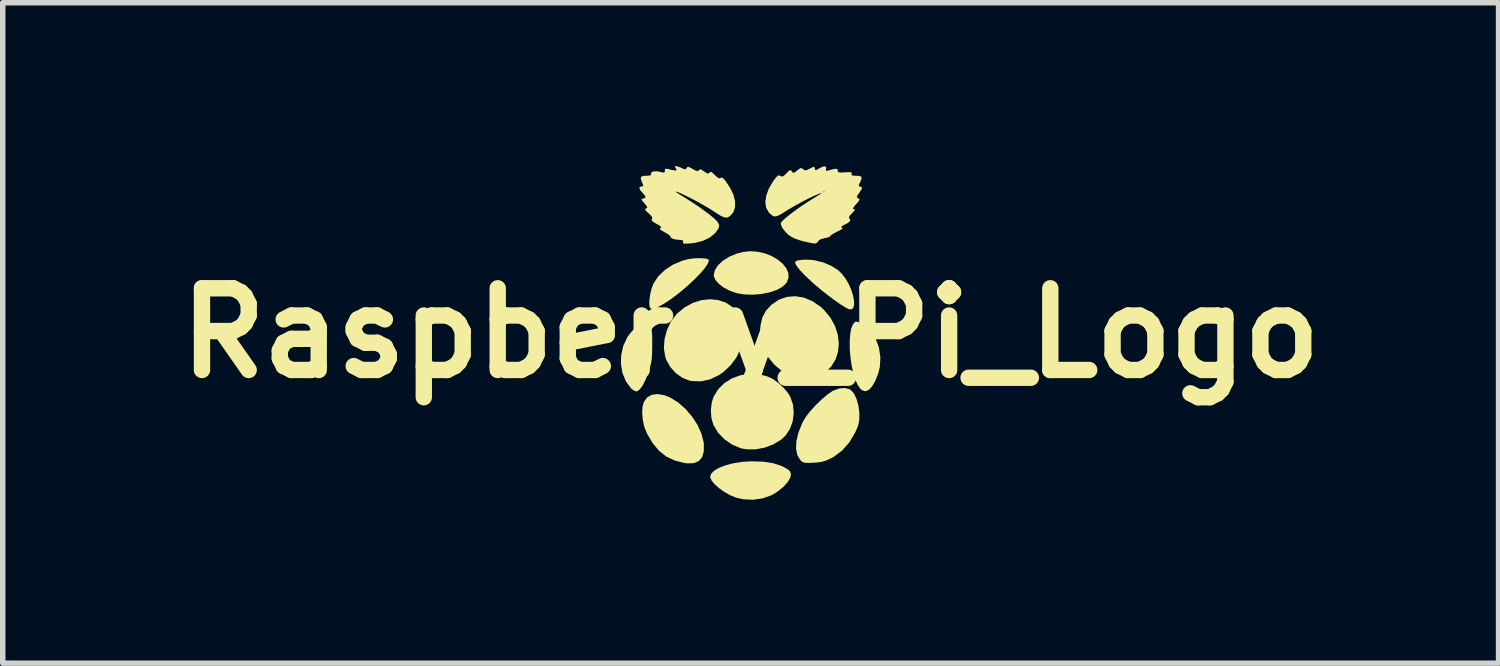
<source format=kicad_pcb>
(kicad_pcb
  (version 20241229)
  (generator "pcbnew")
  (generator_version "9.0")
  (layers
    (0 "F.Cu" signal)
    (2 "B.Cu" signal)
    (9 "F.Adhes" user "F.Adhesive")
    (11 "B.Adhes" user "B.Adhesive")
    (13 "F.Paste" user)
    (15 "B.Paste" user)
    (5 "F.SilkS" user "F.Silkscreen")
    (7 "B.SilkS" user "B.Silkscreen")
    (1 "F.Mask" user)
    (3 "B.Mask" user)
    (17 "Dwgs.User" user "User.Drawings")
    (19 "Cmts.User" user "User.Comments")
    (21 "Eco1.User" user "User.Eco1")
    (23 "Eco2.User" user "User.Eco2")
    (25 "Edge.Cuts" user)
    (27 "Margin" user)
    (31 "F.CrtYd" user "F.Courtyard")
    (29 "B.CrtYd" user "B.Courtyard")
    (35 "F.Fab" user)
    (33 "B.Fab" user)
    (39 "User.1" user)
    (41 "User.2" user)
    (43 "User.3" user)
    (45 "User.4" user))
  (footprint "Raspberry_Pi_Logo"
    (layer "F.Cu")
    (at 10.729 3.063)
    (property "Reference" "Raspberry_Pi_Logo" (at 0 0 0) (layer "F.SilkS") (effects (font (size 1.5 1.5) (thickness 0.3))))
    (attr board_only exclude_from_pos_files exclude_from_bom)
    (fp_poly (pts (xy 1.976 -0.204) (xy 2.042 -0.173) (xy 2.115 -0.121) (xy 2.185 -0.055) (xy 2.204 -0.034) (xy 2.295 0.106) (xy 2.355 0.268) (xy 2.381 0.442) (xy 2.372 0.618) (xy 2.341 0.743) (xy 2.286 0.882) (xy 2.227 0.983) (xy 2.165 1.046) (xy 2.104 1.069) (xy 2.043 1.05) (xy 2.014 1.024) (xy 1.962 0.949) (xy 1.917 0.846) (xy 1.88 0.722) (xy 1.851 0.584) (xy 1.831 0.439) (xy 1.819 0.293) (xy 1.818 0.154) (xy 1.826 0.028) (xy 1.845 -0.078) (xy 1.875 -0.157) (xy 1.916 -0.203) (xy 1.929 -0.209)) (stroke (width 0) (type solid)) (fill yes) (layer "F.SilkS"))
    (fp_poly (pts (xy -1.584 1.142) (xy -1.485 1.18) (xy -1.338 1.269) (xy -1.2 1.389) (xy -1.077 1.532) (xy -0.975 1.688) (xy -0.902 1.851) (xy -0.862 2.01) (xy -0.859 2.04) (xy -0.861 2.176) (xy -0.892 2.28) (xy -0.952 2.35) (xy -1.041 2.388) (xy -1.159 2.393) (xy -1.225 2.384) (xy -1.4 2.338) (xy -1.549 2.267) (xy -1.679 2.165) (xy -1.794 2.028) (xy -1.9 1.852) (xy -1.903 1.845) (xy -1.951 1.726) (xy -1.981 1.594) (xy -1.992 1.462) (xy -1.983 1.343) (xy -1.958 1.261) (xy -1.898 1.18) (xy -1.813 1.133) (xy -1.707 1.12)) (stroke (width 0) (type solid)) (fill yes) (layer "F.SilkS"))
    (fp_poly (pts (xy 0.131 -1.492) (xy 0.265 -1.461) (xy 0.388 -1.412) (xy 0.497 -1.348) (xy 0.587 -1.273) (xy 0.654 -1.189) (xy 0.691 -1.102) (xy 0.695 -1.013) (xy 0.661 -0.926) (xy 0.654 -0.916) (xy 0.582 -0.847) (xy 0.475 -0.79) (xy 0.343 -0.745) (xy 0.195 -0.716) (xy 0.039 -0.703) (xy -0.117 -0.708) (xy -0.252 -0.731) (xy -0.376 -0.772) (xy -0.487 -0.83) (xy -0.579 -0.898) (xy -0.645 -0.971) (xy -0.676 -1.043) (xy -0.678 -1.063) (xy -0.657 -1.154) (xy -0.599 -1.244) (xy -0.508 -1.328) (xy -0.392 -1.401) (xy -0.255 -1.458) (xy -0.146 -1.487) (xy -0.007 -1.502)) (stroke (width 0) (type solid)) (fill yes) (layer "F.SilkS"))
    (fp_poly (pts (xy 0.143 0.754) (xy 0.306 0.796) (xy 0.406 0.843) (xy 0.505 0.913) (xy 0.603 1.004) (xy 0.685 1.101) (xy 0.726 1.168) (xy 0.776 1.31) (xy 0.791 1.461) (xy 0.773 1.613) (xy 0.723 1.755) (xy 0.643 1.879) (xy 0.563 1.955) (xy 0.419 2.043) (xy 0.257 2.104) (xy 0.088 2.135) (xy -0.076 2.135) (xy -0.177 2.116) (xy -0.337 2.05) (xy -0.481 1.951) (xy -0.6 1.828) (xy -0.684 1.687) (xy -0.721 1.56) (xy -0.731 1.416) (xy -0.714 1.274) (xy -0.681 1.17) (xy -0.597 1.032) (xy -0.482 0.919) (xy -0.343 0.832) (xy -0.188 0.775) (xy -0.023 0.748)) (stroke (width 0) (type solid)) (fill yes) (layer "F.SilkS"))
    (fp_poly (pts (xy 0.977 -0.65) (xy 1.132 -0.586) (xy 1.28 -0.485) (xy 1.345 -0.426) (xy 1.463 -0.283) (xy 1.548 -0.13) (xy 1.599 0.029) (xy 1.618 0.188) (xy 1.604 0.342) (xy 1.558 0.486) (xy 1.48 0.613) (xy 1.371 0.719) (xy 1.262 0.784) (xy 1.134 0.826) (xy 0.991 0.842) (xy 0.858 0.831) (xy 0.712 0.781) (xy 0.568 0.695) (xy 0.436 0.582) (xy 0.325 0.448) (xy 0.263 0.343) (xy 0.198 0.177) (xy 0.172 0.015) (xy 0.18 -0.137) (xy 0.214 -0.285) (xy 0.279 -0.408) (xy 0.381 -0.519) (xy 0.384 -0.521) (xy 0.518 -0.612) (xy 0.664 -0.663) (xy 0.819 -0.676)) (stroke (width 0) (type solid)) (fill yes) (layer "F.SilkS"))
    (fp_poly (pts (xy 1.106 -1.343) (xy 1.173 -1.335) (xy 1.329 -1.297) (xy 1.475 -1.236) (xy 1.601 -1.157) (xy 1.675 -1.087) (xy 1.743 -0.997) (xy 1.801 -0.897) (xy 1.846 -0.794) (xy 1.878 -0.693) (xy 1.896 -0.601) (xy 1.899 -0.523) (xy 1.886 -0.466) (xy 1.855 -0.435) (xy 1.805 -0.437) (xy 1.798 -0.439) (xy 1.735 -0.472) (xy 1.647 -0.527) (xy 1.541 -0.601) (xy 1.426 -0.687) (xy 1.307 -0.781) (xy 1.194 -0.875) (xy 1.126 -0.935) (xy 1 -1.054) (xy 0.906 -1.153) (xy 0.844 -1.23) (xy 0.817 -1.285) (xy 0.819 -1.31) (xy 0.853 -1.33) (xy 0.919 -1.342) (xy 1.008 -1.347)) (stroke (width 0) (type solid)) (fill yes) (layer "F.SilkS"))
    (fp_poly (pts (xy -0.882 -1.372) (xy -0.814 -1.365) (xy -0.775 -1.351) (xy -0.774 -1.35) (xy -0.769 -1.316) (xy -0.794 -1.26) (xy -0.846 -1.186) (xy -0.92 -1.1) (xy -1.011 -1.005) (xy -1.116 -0.905) (xy -1.229 -0.805) (xy -1.346 -0.71) (xy -1.463 -0.622) (xy -1.575 -0.548) (xy -1.656 -0.501) (xy -1.742 -0.459) (xy -1.799 -0.441) (xy -1.833 -0.446) (xy -1.852 -0.472) (xy -1.861 -0.533) (xy -1.857 -0.621) (xy -1.842 -0.722) (xy -1.817 -0.821) (xy -1.786 -0.904) (xy -1.785 -0.906) (xy -1.697 -1.04) (xy -1.573 -1.159) (xy -1.423 -1.257) (xy -1.254 -1.328) (xy -1.142 -1.357) (xy -1.059 -1.369) (xy -0.968 -1.374)) (stroke (width 0) (type solid)) (fill yes) (layer "F.SilkS"))
    (fp_poly (pts (xy -0.594 -0.605) (xy -0.454 -0.557) (xy -0.333 -0.475) (xy -0.303 -0.445) (xy -0.211 -0.317) (xy -0.155 -0.172) (xy -0.135 -0.016) (xy -0.147 0.144) (xy -0.192 0.304) (xy -0.268 0.458) (xy -0.374 0.598) (xy -0.507 0.721) (xy -0.582 0.772) (xy -0.746 0.851) (xy -0.914 0.887) (xy -1.082 0.881) (xy -1.125 0.873) (xy -1.254 0.822) (xy -1.373 0.736) (xy -1.474 0.625) (xy -1.547 0.497) (xy -1.567 0.441) (xy -1.593 0.281) (xy -1.581 0.111) (xy -1.536 -0.057) (xy -1.461 -0.214) (xy -1.357 -0.35) (xy -1.346 -0.361) (xy -1.21 -0.473) (xy -1.061 -0.554) (xy -0.904 -0.603) (xy -0.746 -0.62)) (stroke (width 0) (type solid)) (fill yes) (layer "F.SilkS"))
    (fp_poly (pts (xy -1.885 -0.179) (xy -1.844 -0.126) (xy -1.827 -0.087) (xy -1.816 -0.039) (xy -1.809 0.028) (xy -1.807 0.123) (xy -1.807 0.23) (xy -1.809 0.354) (xy -1.813 0.448) (xy -1.823 0.526) (xy -1.84 0.6) (xy -1.865 0.684) (xy -1.876 0.717) (xy -1.928 0.855) (xy -1.982 0.962) (xy -2.035 1.035) (xy -2.085 1.07) (xy -2.1 1.072) (xy -2.142 1.057) (xy -2.191 1.02) (xy -2.199 1.012) (xy -2.292 0.883) (xy -2.353 0.733) (xy -2.381 0.57) (xy -2.376 0.401) (xy -2.338 0.235) (xy -2.266 0.08) (xy -2.248 0.053) (xy -2.183 -0.029) (xy -2.107 -0.103) (xy -2.03 -0.16) (xy -1.963 -0.192) (xy -1.935 -0.197)) (stroke (width 0) (type solid)) (fill yes) (layer "F.SilkS"))
    (fp_poly (pts (xy 0.233 2.362) (xy 0.411 2.389) (xy 0.562 2.438) (xy 0.626 2.469) (xy 0.69 2.508) (xy 0.725 2.543) (xy 0.738 2.585) (xy 0.74 2.595) (xy 0.726 2.658) (xy 0.681 2.734) (xy 0.61 2.814) (xy 0.52 2.891) (xy 0.418 2.958) (xy 0.378 2.979) (xy 0.22 3.035) (xy 0.045 3.06) (xy -0.133 3.052) (xy -0.27 3.021) (xy -0.376 2.977) (xy -0.481 2.918) (xy -0.578 2.849) (xy -0.659 2.778) (xy -0.717 2.709) (xy -0.743 2.65) (xy -0.744 2.64) (xy -0.723 2.579) (xy -0.664 2.522) (xy -0.572 2.47) (xy -0.453 2.425) (xy -0.313 2.389) (xy -0.157 2.365) (xy 0.009 2.355) (xy 0.022 2.355)) (stroke (width 0) (type solid)) (fill yes) (layer "F.SilkS"))
    (fp_poly (pts (xy 1.821 1.035) (xy 1.844 1.051) (xy 1.9 1.117) (xy 1.946 1.216) (xy 1.979 1.337) (xy 1.995 1.468) (xy 1.995 1.504) (xy 1.993 1.594) (xy 1.981 1.666) (xy 1.957 1.74) (xy 1.918 1.827) (xy 1.812 2.006) (xy 1.68 2.156) (xy 1.527 2.271) (xy 1.468 2.303) (xy 1.38 2.342) (xy 1.302 2.365) (xy 1.212 2.377) (xy 1.145 2.381) (xy 1.055 2.384) (xy 0.997 2.382) (xy 0.96 2.372) (xy 0.931 2.352) (xy 0.912 2.332) (xy 0.857 2.241) (xy 0.833 2.125) (xy 0.839 1.987) (xy 0.875 1.833) (xy 0.941 1.666) (xy 0.97 1.608) (xy 1.026 1.52) (xy 1.107 1.419) (xy 1.204 1.314) (xy 1.308 1.214) (xy 1.408 1.129) (xy 1.495 1.069) (xy 1.511 1.06) (xy 1.627 1.017) (xy 1.732 1.009)) (stroke (width 0) (type solid)) (fill yes) (layer "F.SilkS"))
    (fp_poly (pts (xy -1.325 -3.053) (xy -1.268 -3.03) (xy -1.264 -3.028) (xy -1.218 -3.006) (xy -1.193 -3.007) (xy -1.176 -3.029) (xy -1.16 -3.048) (xy -1.136 -3.049) (xy -1.093 -3.028) (xy -1.064 -3.011) (xy -1.006 -2.98) (xy -0.974 -2.972) (xy -0.954 -2.984) (xy -0.951 -2.989) (xy -0.932 -3.006) (xy -0.904 -2.999) (xy -0.855 -2.966) (xy -0.806 -2.933) (xy -0.778 -2.926) (xy -0.758 -2.942) (xy -0.756 -2.944) (xy -0.737 -2.959) (xy -0.712 -2.951) (xy -0.671 -2.914) (xy -0.658 -2.9) (xy -0.607 -2.854) (xy -0.574 -2.839) (xy -0.554 -2.847) (xy -0.531 -2.855) (xy -0.502 -2.839) (xy -0.463 -2.794) (xy -0.412 -2.718) (xy -0.369 -2.649) (xy -0.315 -2.535) (xy -0.287 -2.42) (xy -0.286 -2.313) (xy -0.314 -2.225) (xy -0.329 -2.203) (xy -0.377 -2.149) (xy -0.423 -2.121) (xy -0.474 -2.12) (xy -0.54 -2.146) (xy -0.627 -2.2) (xy -0.661 -2.222) (xy -0.737 -2.272) (xy -0.83 -2.327) (xy -0.933 -2.385) (xy -1.039 -2.443) (xy -1.141 -2.496) (xy -1.232 -2.541) (xy -1.307 -2.575) (xy -1.358 -2.595) (xy -1.378 -2.595) (xy -1.378 -2.595) (xy -1.361 -2.581) (xy -1.314 -2.551) (xy -1.245 -2.507) (xy -1.187 -2.472) (xy -0.958 -2.324) (xy -0.77 -2.187) (xy -0.658 -2.093) (xy -0.6 -2.031) (xy -0.577 -1.977) (xy -0.59 -1.92) (xy -0.639 -1.85) (xy -0.656 -1.83) (xy -0.75 -1.753) (xy -0.875 -1.693) (xy -1.022 -1.655) (xy -1.103 -1.645) (xy -1.182 -1.641) (xy -1.226 -1.642) (xy -1.243 -1.651) (xy -1.241 -1.67) (xy -1.24 -1.67) (xy -1.24 -1.696) (xy -1.269 -1.707) (xy -1.297 -1.709) (xy -1.378 -1.717) (xy -1.439 -1.734) (xy -1.47 -1.757) (xy -1.471 -1.768) (xy -1.486 -1.791) (xy -1.531 -1.823) (xy -1.579 -1.85) (xy -1.642 -1.886) (xy -1.668 -1.91) (xy -1.661 -1.926) (xy -1.643 -1.939) (xy -1.643 -1.951) (xy -1.666 -1.969) (xy -1.719 -1.999) (xy -1.744 -2.013) (xy -1.799 -2.047) (xy -1.82 -2.072) (xy -1.812 -2.094) (xy -1.805 -2.118) (xy -1.825 -2.151) (xy -1.873 -2.197) (xy -1.921 -2.242) (xy -1.938 -2.268) (xy -1.929 -2.282) (xy -1.92 -2.287) (xy -1.9 -2.3) (xy -1.903 -2.321) (xy -1.932 -2.36) (xy -1.951 -2.382) (xy -1.992 -2.429) (xy -2.005 -2.454) (xy -1.994 -2.464) (xy -1.973 -2.468) (xy -1.936 -2.48) (xy -1.93 -2.503) (xy -1.958 -2.544) (xy -1.992 -2.58) (xy -2.035 -2.634) (xy -2.043 -2.672) (xy -2.015 -2.69) (xy -2.001 -2.691) (xy -1.978 -2.693) (xy -1.972 -2.705) (xy -1.982 -2.738) (xy -2.001 -2.785) (xy -2.018 -2.838) (xy -2.01 -2.869) (xy -1.97 -2.884) (xy -1.893 -2.888) (xy -1.891 -2.888) (xy -1.841 -2.893) (xy -1.827 -2.909) (xy -1.829 -2.92) (xy -1.823 -2.949) (xy -1.784 -2.966) (xy -1.723 -2.969) (xy -1.654 -2.957) (xy -1.602 -2.945) (xy -1.58 -2.951) (xy -1.575 -2.976) (xy -1.575 -2.977) (xy -1.573 -3.005) (xy -1.558 -3.016) (xy -1.52 -3.012) (xy -1.458 -2.996) (xy -1.39 -2.982) (xy -1.361 -2.989) (xy -1.369 -3.018) (xy -1.378 -3.03) (xy -1.394 -3.056) (xy -1.374 -3.063) (xy -1.369 -3.063)) (stroke (width 0) (type solid)) (fill yes) (layer "F.SilkS"))
    (fp_poly (pts (xy 1.387 -3.038) (xy 1.384 -3.016) (xy 1.38 -2.982) (xy 1.402 -2.978) (xy 1.424 -2.983) (xy 1.51 -3.006) (xy 1.562 -3.015) (xy 1.588 -3.01) (xy 1.597 -2.991) (xy 1.597 -2.982) (xy 1.601 -2.959) (xy 1.62 -2.948) (xy 1.664 -2.946) (xy 1.732 -2.95) (xy 1.805 -2.953) (xy 1.844 -2.951) (xy 1.856 -2.939) (xy 1.853 -2.924) (xy 1.852 -2.899) (xy 1.88 -2.889) (xy 1.913 -2.888) (xy 1.991 -2.884) (xy 2.031 -2.87) (xy 2.037 -2.839) (xy 2.016 -2.785) (xy 2.012 -2.776) (xy 1.987 -2.723) (xy 1.984 -2.697) (xy 2 -2.691) (xy 2.038 -2.679) (xy 2.04 -2.645) (xy 2.005 -2.59) (xy 2.002 -2.586) (xy 1.959 -2.527) (xy 1.95 -2.49) (xy 1.975 -2.47) (xy 1.985 -2.468) (xy 2.001 -2.458) (xy 1.993 -2.435) (xy 1.958 -2.39) (xy 1.938 -2.368) (xy 1.893 -2.315) (xy 1.877 -2.286) (xy 1.887 -2.276) (xy 1.894 -2.275) (xy 1.912 -2.269) (xy 1.903 -2.247) (xy 1.864 -2.203) (xy 1.859 -2.198) (xy 1.815 -2.149) (xy 1.802 -2.12) (xy 1.814 -2.101) (xy 1.815 -2.101) (xy 1.831 -2.073) (xy 1.809 -2.039) (xy 1.754 -2.002) (xy 1.728 -1.991) (xy 1.68 -1.964) (xy 1.663 -1.939) (xy 1.68 -1.925) (xy 1.69 -1.923) (xy 1.686 -1.914) (xy 1.65 -1.892) (xy 1.589 -1.862) (xy 1.586 -1.86) (xy 1.521 -1.826) (xy 1.476 -1.798) (xy 1.462 -1.78) (xy 1.446 -1.766) (xy 1.399 -1.75) (xy 1.358 -1.741) (xy 1.295 -1.725) (xy 1.255 -1.705) (xy 1.247 -1.694) (xy 1.229 -1.665) (xy 1.189 -1.645) (xy 1.163 -1.643) (xy 1.136 -1.648) (xy 1.078 -1.66) (xy 1.002 -1.676) (xy 0.995 -1.677) (xy 0.901 -1.702) (xy 0.81 -1.735) (xy 0.749 -1.764) (xy 0.684 -1.811) (xy 0.625 -1.872) (xy 0.579 -1.936) (xy 0.554 -1.991) (xy 0.554 -2.021) (xy 0.58 -2.055) (xy 0.636 -2.107) (xy 0.714 -2.171) (xy 0.809 -2.243) (xy 0.912 -2.317) (xy 1.018 -2.388) (xy 1.061 -2.415) (xy 1.166 -2.481) (xy 1.239 -2.526) (xy 1.282 -2.554) (xy 1.3 -2.568) (xy 1.298 -2.571) (xy 1.279 -2.565) (xy 1.261 -2.559) (xy 1.182 -2.526) (xy 1.076 -2.477) (xy 0.956 -2.415) (xy 0.832 -2.348) (xy 0.715 -2.28) (xy 0.64 -2.234) (xy 0.55 -2.178) (xy 0.487 -2.147) (xy 0.439 -2.139) (xy 0.399 -2.154) (xy 0.355 -2.192) (xy 0.331 -2.217) (xy 0.284 -2.299) (xy 0.269 -2.402) (xy 0.286 -2.521) (xy 0.312 -2.593) (xy 1.335 -2.593) (xy 1.345 -2.582) (xy 1.356 -2.593) (xy 1.345 -2.603) (xy 1.335 -2.593) (xy 0.312 -2.593) (xy 0.333 -2.65) (xy 0.41 -2.782) (xy 0.427 -2.806) (xy 0.472 -2.863) (xy 0.502 -2.89) (xy 0.527 -2.893) (xy 0.545 -2.884) (xy 0.576 -2.872) (xy 0.606 -2.883) (xy 0.648 -2.923) (xy 0.657 -2.932) (xy 0.7 -2.976) (xy 0.726 -2.991) (xy 0.745 -2.981) (xy 0.756 -2.966) (xy 0.777 -2.943) (xy 0.799 -2.943) (xy 0.835 -2.968) (xy 0.855 -2.984) (xy 0.901 -3.02) (xy 0.929 -3.029) (xy 0.956 -3.014) (xy 0.963 -3.008) (xy 0.991 -2.988) (xy 1.02 -2.987) (xy 1.067 -3.008) (xy 1.086 -3.018) (xy 1.139 -3.045) (xy 1.164 -3.052) (xy 1.174 -3.038) (xy 1.177 -3.021) (xy 1.184 -2.994) (xy 1.199 -2.99) (xy 1.236 -3.009) (xy 1.254 -3.02) (xy 1.324 -3.055) (xy 1.369 -3.061)) (stroke (width 0) (type solid)) (fill yes) (layer "F.SilkS")))
  (gr_rect
    (start -3 -3)
    (end 24.457 9.123)
    (stroke (width 0.1) (type default))
    (fill no)
    (layer "Edge.Cuts")))
</source>
